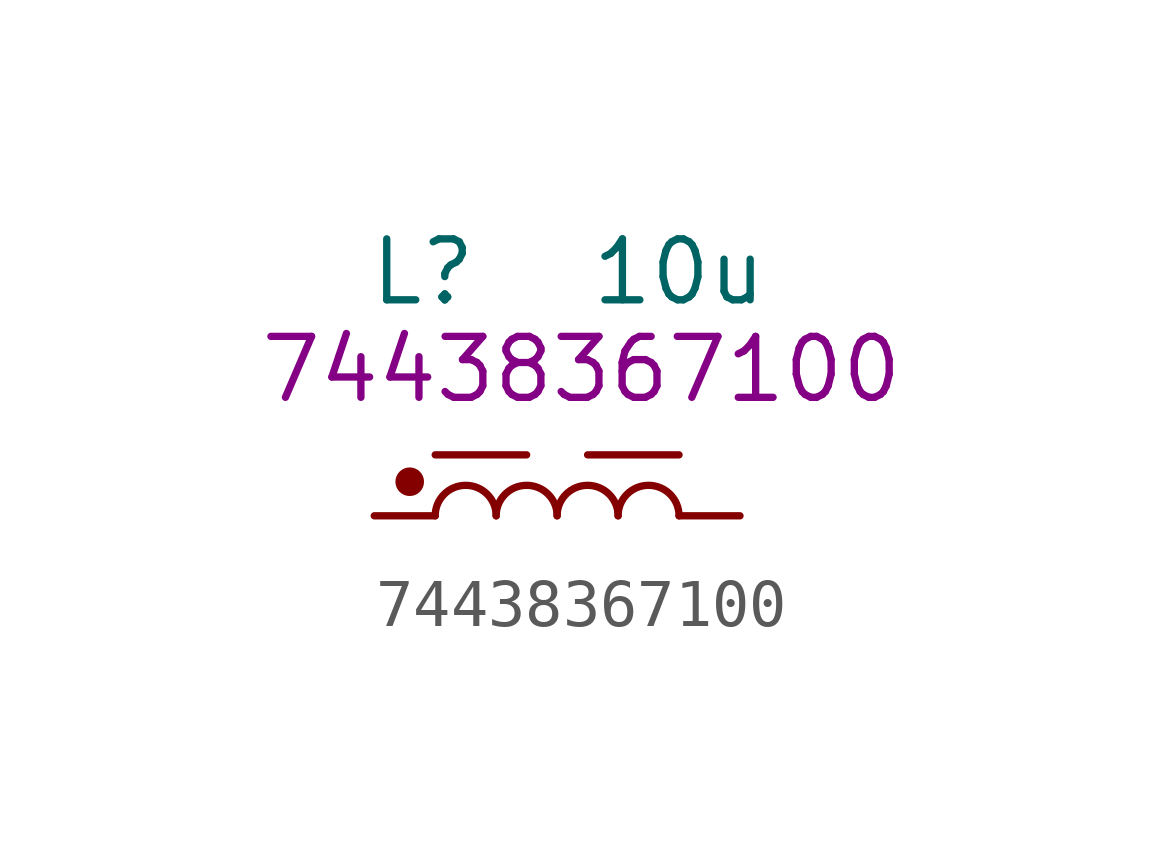
<source format=kicad_sym>
(kicad_symbol_lib
  (version 20231120)
  (generator "kicad_symbol_editor")
  (generator_version "8.0")
  (symbol "74438367100"
    (pin_numbers hide)
    (pin_names hide)
    (property "Reference" "L"
      (at 1.016 5.08 0)
      (effects (font (size 1.27 1.27))))
    (property "Value" "10u"
      (at 6.35 5.08 0)
      (effects (font (size 1.27 1.27))))
    (property "MPN" "74438367100"
      (at 4.318 3.048 0)
      (effects (font (size 1.27 1.27))))
    (symbol "74438367100_0_1"
      (polyline (pts (xy 1.27 1.27) (xy 3.175 1.27)) (stroke (width 0) (type default)) (fill (type none)))
      (polyline (pts (xy 6.35 1.27) (xy 4.445 1.27)) (stroke (width 0) (type default)) (fill (type none)))
      (arc (start 2.54 0) (mid 1.905 0.635) (end 1.27 0) (stroke (width 0) (type default)) (fill (type none)))
      (arc (start 3.81 0) (mid 3.175 0.635) (end 2.54 0) (stroke (width 0) (type default)) (fill (type none)))
      (arc (start 5.08 0) (mid 4.445 0.635) (end 3.81 0) (stroke (width 0) (type default)) (fill (type none)))
      (arc (start 6.35 0) (mid 5.715 0.635) (end 5.08 0) (stroke (width 0) (type default)) (fill (type none))))
    (symbol "74438367100_1_1"
      (circle (center 0.739 0.71) (radius 0.222) (stroke (width 0) (type default)) (fill (type outline)))
      (pin passive line (at 0 0 0) (length 1.27) (name "" (effects (font (size 1.27 1.27)))) (number "1" (effects (font (size 1.27 1.27)))))
      (pin passive line (at 7.62 0 180) (length 1.27) (name "" (effects (font (size 1.27 1.27)))) (number "2" (effects (font (size 1.27 1.27))))))))
</source>
